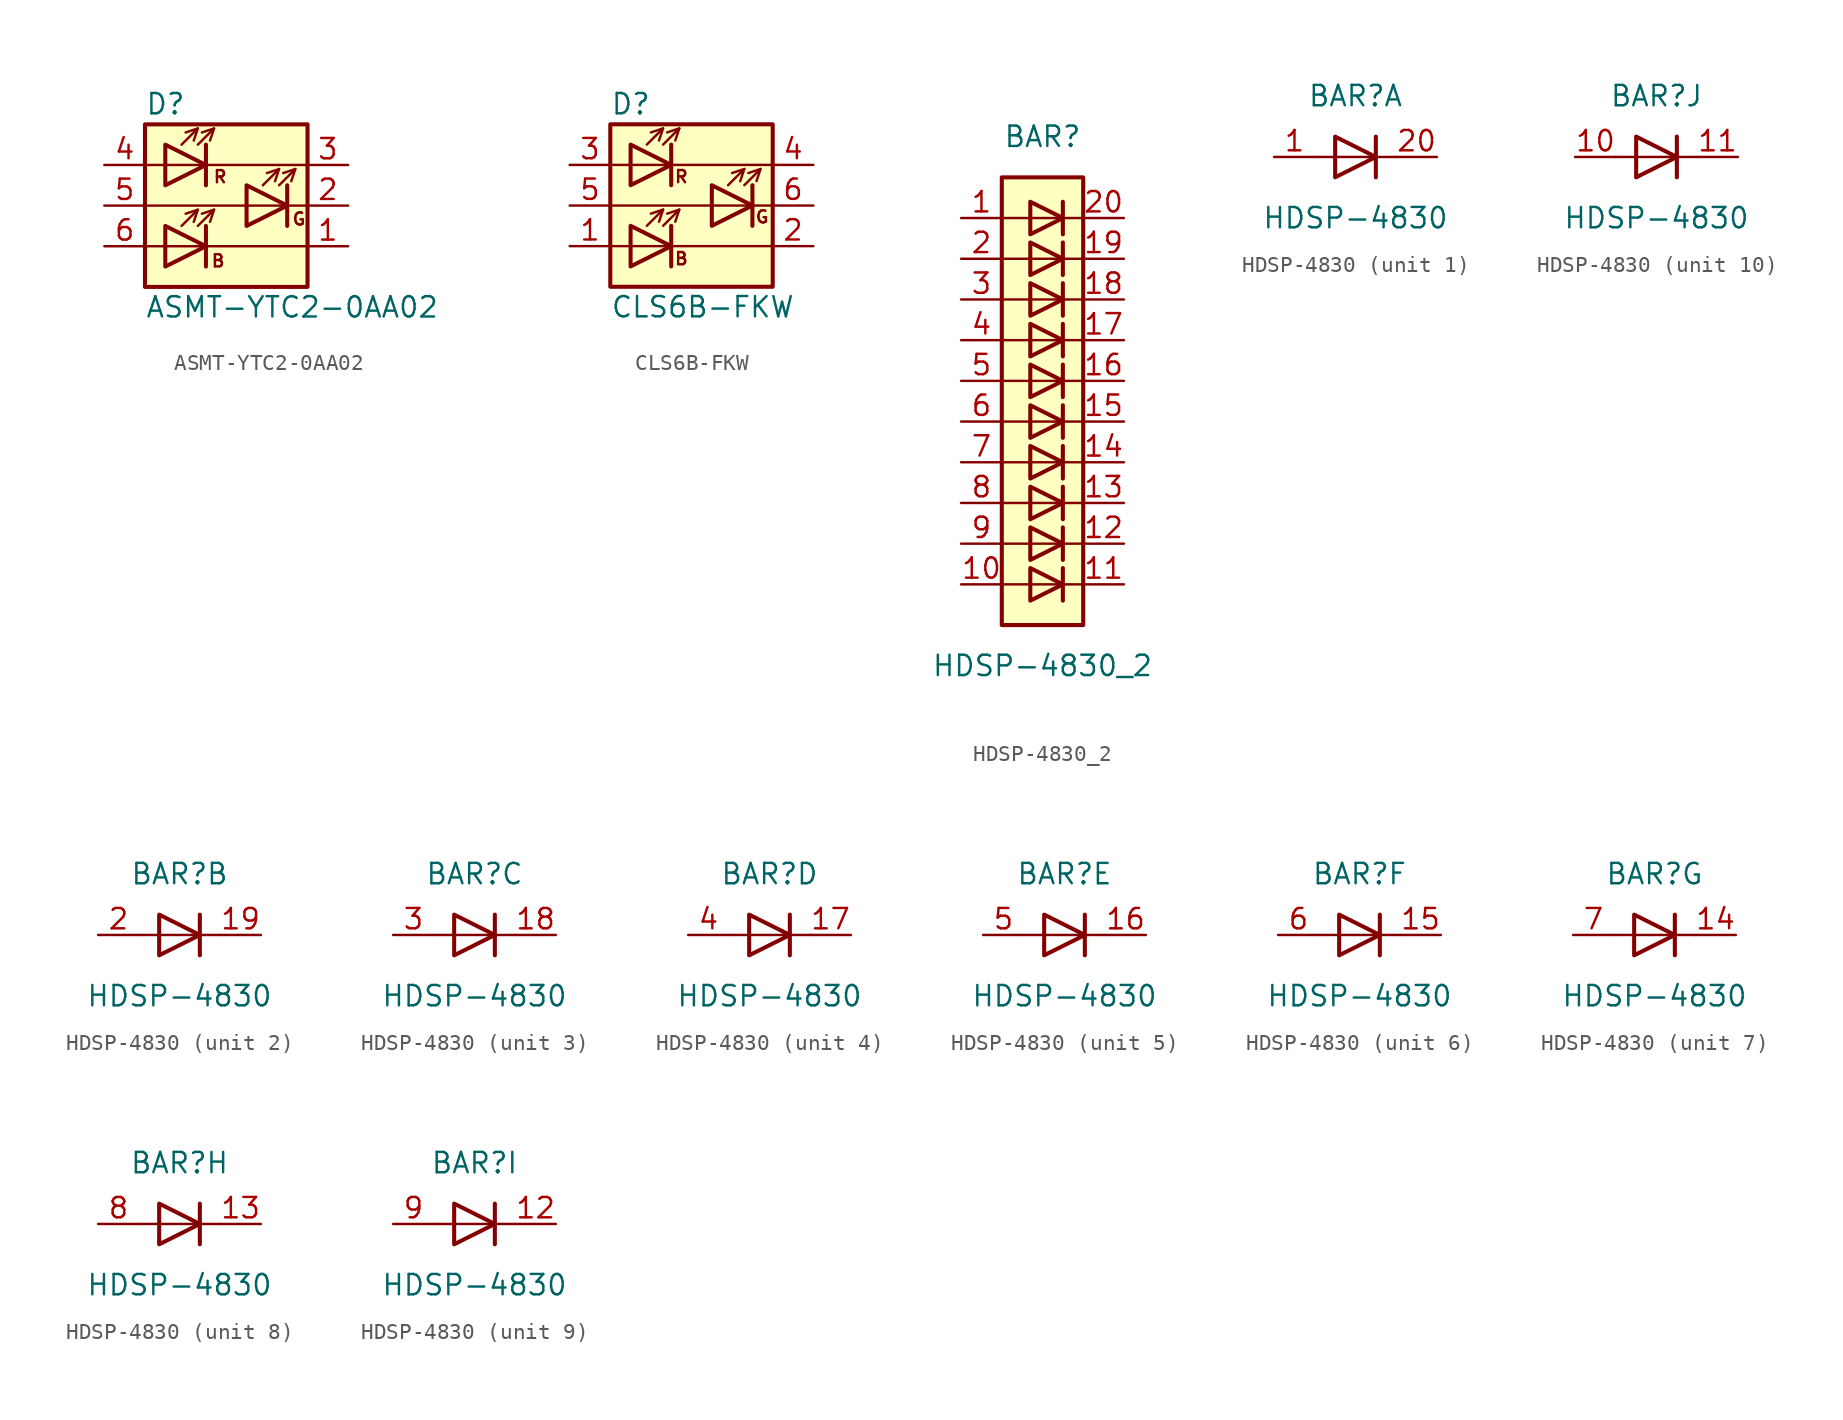
<source format=kicad_sym>
(kicad_symbol_lib
  (version 20241209)
  (generator "kicad_symbol_editor")
  (generator_version "9.0")
  (symbol "ASMT-YTC2-0AA02"
    (pin_names
      (hide yes))
    (property "Reference" "D"
      (at -5.08 6.35 0)
      (effects (font (size 1.27 1.27)) (justify left)))
    (property "Value" "ASMT-YTC2-0AA02"
      (at -5.08 -6.35 0)
      (effects (font (size 1.27 1.27)) (justify left)))
    (symbol "ASMT-YTC2-0AA02_0_0"
      (text "B" (at -0.508 -3.454 0) (effects (font (size 0.762 0.762))))
      (text "R" (at -0.381 1.803 0) (effects (font (size 0.762 0.762))))
      (text "G" (at 4.547 -0.838 0) (effects (font (size 0.762 0.762)))))
    (symbol "ASMT-YTC2-0AA02_0_1"
      (rectangle (start -5.08 5.08) (end 5.08 -5.08) (stroke (width 0.254) (type default)) (fill (type background)))
      (polyline (pts (xy -5.08 2.54) (xy 5.08 2.54)) (stroke (width 0) (type default)) (fill (type none)))
      (polyline (pts (xy -5.08 0) (xy 5.08 0)) (stroke (width 0) (type default)) (fill (type none)))
      (polyline (pts (xy -5.08 -2.54) (xy 5.08 -2.54)) (stroke (width 0) (type default)) (fill (type none)))
      (polyline (pts (xy -3.81 3.81) (xy -3.81 1.27) (xy -1.27 2.54) (xy -3.81 3.81)) (stroke (width 0.254) (type default)) (fill (type none)))
      (polyline (pts (xy -3.81 -1.27) (xy -3.81 -3.81) (xy -1.27 -2.54) (xy -3.81 -1.27)) (stroke (width 0.254) (type default)) (fill (type none)))
      (polyline (pts (xy -2.794 3.81) (xy -1.778 4.826)) (stroke (width 0) (type default)) (fill (type none)))
      (polyline (pts (xy -2.794 -1.27) (xy -1.778 -0.254)) (stroke (width 0) (type default)) (fill (type none)))
      (polyline (pts (xy -2.54 4.572) (xy -1.778 4.826) (xy -2.032 4.064)) (stroke (width 0) (type default)) (fill (type none)))
      (polyline (pts (xy -2.032 -1.016) (xy -1.778 -0.254) (xy -2.54 -0.508)) (stroke (width 0) (type default)) (fill (type none)))
      (polyline (pts (xy -1.778 3.81) (xy -0.762 4.826)) (stroke (width 0) (type default)) (fill (type none)))
      (polyline (pts (xy -1.778 -1.27) (xy -0.762 -0.254)) (stroke (width 0) (type default)) (fill (type none)))
      (polyline (pts (xy -1.524 4.572) (xy -0.762 4.826) (xy -1.016 4.064)) (stroke (width 0) (type default)) (fill (type none)))
      (polyline (pts (xy -1.524 -0.508) (xy -0.762 -0.254) (xy -1.016 -1.016)) (stroke (width 0) (type default)) (fill (type none)))
      (polyline (pts (xy -1.27 3.81) (xy -1.27 1.27)) (stroke (width 0.254) (type default)) (fill (type none)))
      (polyline (pts (xy -1.27 -1.27) (xy -1.27 -3.81)) (stroke (width 0.254) (type default)) (fill (type none)))
      (polyline (pts (xy 1.27 1.27) (xy 1.27 -1.27) (xy 3.81 0) (xy 1.27 1.27)) (stroke (width 0.254) (type default)) (fill (type none)))
      (polyline (pts (xy 2.286 1.27) (xy 3.302 2.286)) (stroke (width 0) (type default)) (fill (type none)))
      (polyline (pts (xy 3.048 1.524) (xy 3.302 2.286) (xy 2.54 2.032)) (stroke (width 0) (type default)) (fill (type none)))
      (polyline (pts (xy 3.302 1.27) (xy 4.318 2.286)) (stroke (width 0) (type default)) (fill (type none)))
      (polyline (pts (xy 3.556 2.032) (xy 4.318 2.286) (xy 4.064 1.524)) (stroke (width 0) (type default)) (fill (type none)))
      (polyline (pts (xy 3.81 1.27) (xy 3.81 -1.27)) (stroke (width 0.254) (type default)) (fill (type none))))
    (symbol "ASMT-YTC2-0AA02_1_1"
      (pin passive line (at -7.62 2.54 0) (length 2.54) (name "AR" (effects (font (size 1.27 1.27)))) (number "4" (effects (font (size 1.27 1.27)))))
      (pin passive line (at -7.62 0 0) (length 2.54) (name "AG" (effects (font (size 1.27 1.27)))) (number "5" (effects (font (size 1.27 1.27)))))
      (pin passive line (at -7.62 -2.54 0) (length 2.54) (name "AB" (effects (font (size 1.27 1.27)))) (number "6" (effects (font (size 1.27 1.27)))))
      (pin passive line (at 7.62 2.54 180) (length 2.54) (name "KR" (effects (font (size 1.27 1.27)))) (number "3" (effects (font (size 1.27 1.27)))))
      (pin passive line (at 7.62 0 180) (length 2.54) (name "KG" (effects (font (size 1.27 1.27)))) (number "2" (effects (font (size 1.27 1.27)))))
      (pin passive line (at 7.62 -2.54 180) (length 2.54) (name "KB" (effects (font (size 1.27 1.27)))) (number "1" (effects (font (size 1.27 1.27)))))))
  (symbol "CLS6B-FKW"
    (pin_names
      (hide yes))
    (property "Reference" "D"
      (at -5.08 6.35 0)
      (effects (font (size 1.27 1.27)) (justify left)))
    (property "Value" "CLS6B-FKW"
      (at -5.08 -6.35 0)
      (effects (font (size 1.27 1.27)) (justify left)))
    (symbol "CLS6B-FKW_0_0"
      (text "R" (at -0.635 1.803 0) (effects (font (size 0.762 0.762))))
      (text "B" (at -0.635 -3.327 0) (effects (font (size 0.762 0.762))))
      (text "G" (at 4.42 -0.711 0) (effects (font (size 0.762 0.762)))))
    (symbol "CLS6B-FKW_0_1"
      (rectangle (start -5.08 5.08) (end 5.08 -5.08) (stroke (width 0.254) (type default)) (fill (type background)))
      (polyline (pts (xy -5.08 2.54) (xy 5.08 2.54)) (stroke (width 0) (type default)) (fill (type none)))
      (polyline (pts (xy -5.08 0) (xy 5.08 0)) (stroke (width 0) (type default)) (fill (type none)))
      (polyline (pts (xy -5.08 -2.54) (xy 5.08 -2.54)) (stroke (width 0) (type default)) (fill (type none)))
      (polyline (pts (xy -3.81 3.81) (xy -3.81 1.27) (xy -1.27 2.54) (xy -3.81 3.81)) (stroke (width 0.254) (type default)) (fill (type none)))
      (polyline (pts (xy -3.81 -1.27) (xy -3.81 -3.81) (xy -1.27 -2.54) (xy -3.81 -1.27)) (stroke (width 0.254) (type default)) (fill (type none)))
      (polyline (pts (xy -2.794 3.81) (xy -1.778 4.826)) (stroke (width 0) (type default)) (fill (type none)))
      (polyline (pts (xy -2.794 -1.27) (xy -1.778 -0.254)) (stroke (width 0) (type default)) (fill (type none)))
      (polyline (pts (xy -2.54 4.572) (xy -1.778 4.826) (xy -2.032 4.064)) (stroke (width 0) (type default)) (fill (type none)))
      (polyline (pts (xy -2.032 -1.016) (xy -1.778 -0.254) (xy -2.54 -0.508)) (stroke (width 0) (type default)) (fill (type none)))
      (polyline (pts (xy -1.778 3.81) (xy -0.762 4.826)) (stroke (width 0) (type default)) (fill (type none)))
      (polyline (pts (xy -1.778 -1.27) (xy -0.762 -0.254)) (stroke (width 0) (type default)) (fill (type none)))
      (polyline (pts (xy -1.524 4.572) (xy -0.762 4.826) (xy -1.016 4.064)) (stroke (width 0) (type default)) (fill (type none)))
      (polyline (pts (xy -1.524 -0.508) (xy -0.762 -0.254) (xy -1.016 -1.016)) (stroke (width 0) (type default)) (fill (type none)))
      (polyline (pts (xy -1.27 3.81) (xy -1.27 1.27)) (stroke (width 0.254) (type default)) (fill (type none)))
      (polyline (pts (xy -1.27 -1.27) (xy -1.27 -3.81)) (stroke (width 0.254) (type default)) (fill (type none)))
      (polyline (pts (xy 1.27 1.27) (xy 1.27 -1.27) (xy 3.81 0) (xy 1.27 1.27)) (stroke (width 0.254) (type default)) (fill (type none)))
      (polyline (pts (xy 2.286 1.27) (xy 3.302 2.286)) (stroke (width 0) (type default)) (fill (type none)))
      (polyline (pts (xy 3.048 1.524) (xy 3.302 2.286) (xy 2.54 2.032)) (stroke (width 0) (type default)) (fill (type none)))
      (polyline (pts (xy 3.302 1.27) (xy 4.318 2.286)) (stroke (width 0) (type default)) (fill (type none)))
      (polyline (pts (xy 3.556 2.032) (xy 4.318 2.286) (xy 4.064 1.524)) (stroke (width 0) (type default)) (fill (type none)))
      (polyline (pts (xy 3.81 1.27) (xy 3.81 -1.27)) (stroke (width 0.254) (type default)) (fill (type none))))
    (symbol "CLS6B-FKW_1_1"
      (pin passive line (at -7.62 2.54 0) (length 2.54) (name "AR" (effects (font (size 1.27 1.27)))) (number "3" (effects (font (size 1.27 1.27)))))
      (pin passive line (at -7.62 0 0) (length 2.54) (name "AG" (effects (font (size 1.27 1.27)))) (number "5" (effects (font (size 1.27 1.27)))))
      (pin passive line (at -7.62 -2.54 0) (length 2.54) (name "AB" (effects (font (size 1.27 1.27)))) (number "1" (effects (font (size 1.27 1.27)))))
      (pin passive line (at 7.62 2.54 180) (length 2.54) (name "KR" (effects (font (size 1.27 1.27)))) (number "4" (effects (font (size 1.27 1.27)))))
      (pin passive line (at 7.62 0 180) (length 2.54) (name "KR" (effects (font (size 1.27 1.27)))) (number "6" (effects (font (size 1.27 1.27)))))
      (pin passive line (at 7.62 -2.54 180) (length 2.54) (name "KB" (effects (font (size 1.27 1.27)))) (number "2" (effects (font (size 1.27 1.27)))))))
  (symbol "HDSP-4830_2"
    (pin_names
      (offset 1.016)
      (hide yes))
    (property "Reference" "BAR"
      (at 0 15.24 0)
      (effects (font (size 1.27 1.27))))
    (property "Value" "HDSP-4830_2"
      (at 0 -17.78 0)
      (effects (font (size 1.27 1.27))))
    (symbol "HDSP-4830_2_0_1"
      (rectangle (start -2.54 12.7) (end 2.54 -15.24) (stroke (width 0.254) (type default)) (fill (type background)))
      (polyline (pts (xy -2.54 10.16) (xy 2.54 10.16)) (stroke (width 0) (type default)) (fill (type none)))
      (polyline (pts (xy -2.54 7.62) (xy 2.54 7.62)) (stroke (width 0) (type default)) (fill (type none)))
      (polyline (pts (xy -2.54 5.08) (xy 2.54 5.08)) (stroke (width 0) (type default)) (fill (type none)))
      (polyline (pts (xy -2.54 0) (xy 2.54 0)) (stroke (width 0) (type default)) (fill (type none)))
      (polyline (pts (xy -2.54 -5.08) (xy 2.54 -5.08)) (stroke (width 0) (type default)) (fill (type none)))
      (polyline (pts (xy -2.54 -7.62) (xy 2.54 -7.62)) (stroke (width 0) (type default)) (fill (type none)))
      (polyline (pts (xy -2.54 -10.16) (xy 2.54 -10.16)) (stroke (width 0) (type default)) (fill (type none)))
      (polyline (pts (xy -2.54 -12.7) (xy 2.54 -12.7)) (stroke (width 0) (type default)) (fill (type none)))
      (polyline (pts (xy -0.762 11.176) (xy -0.762 9.144) (xy 1.27 10.16) (xy -0.762 11.176)) (stroke (width 0.254) (type default)) (fill (type none)))
      (polyline (pts (xy -0.762 8.636) (xy -0.762 6.604) (xy 1.27 7.62) (xy -0.762 8.636)) (stroke (width 0.254) (type default)) (fill (type none)))
      (polyline (pts (xy -0.762 6.096) (xy -0.762 4.064) (xy 1.27 5.08) (xy -0.762 6.096)) (stroke (width 0.254) (type default)) (fill (type none)))
      (polyline (pts (xy -0.762 3.556) (xy -0.762 1.524) (xy 1.27 2.54) (xy -0.762 3.556)) (stroke (width 0.254) (type default)) (fill (type none)))
      (polyline (pts (xy -0.762 1.016) (xy -0.762 -1.016) (xy 1.27 0) (xy -0.762 1.016)) (stroke (width 0.254) (type default)) (fill (type none)))
      (polyline (pts (xy -0.762 -1.524) (xy -0.762 -3.556) (xy 1.27 -2.54) (xy -0.762 -1.524)) (stroke (width 0.254) (type default)) (fill (type none)))
      (polyline (pts (xy -0.762 -4.064) (xy -0.762 -6.096) (xy 1.27 -5.08) (xy -0.762 -4.064)) (stroke (width 0.254) (type default)) (fill (type none)))
      (polyline (pts (xy -0.762 -6.604) (xy -0.762 -8.636) (xy 1.27 -7.62) (xy -0.762 -6.604)) (stroke (width 0.254) (type default)) (fill (type none)))
      (polyline (pts (xy -0.762 -9.144) (xy -0.762 -11.176) (xy 1.27 -10.16) (xy -0.762 -9.144)) (stroke (width 0.254) (type default)) (fill (type none)))
      (polyline (pts (xy -0.762 -11.684) (xy -0.762 -13.716) (xy 1.27 -12.7) (xy -0.762 -11.684)) (stroke (width 0.254) (type default)) (fill (type none)))
      (polyline (pts (xy 1.27 11.176) (xy 1.27 9.144)) (stroke (width 0.254) (type default)) (fill (type none)))
      (polyline (pts (xy 1.27 8.636) (xy 1.27 6.604)) (stroke (width 0.254) (type default)) (fill (type none)))
      (polyline (pts (xy 1.27 6.096) (xy 1.27 4.064)) (stroke (width 0.254) (type default)) (fill (type none)))
      (polyline (pts (xy 1.27 3.556) (xy 1.27 1.524)) (stroke (width 0.254) (type default)) (fill (type none)))
      (polyline (pts (xy 1.27 1.016) (xy 1.27 -1.016)) (stroke (width 0.254) (type default)) (fill (type none)))
      (polyline (pts (xy 1.27 -1.524) (xy 1.27 -3.556)) (stroke (width 0.254) (type default)) (fill (type none)))
      (polyline (pts (xy 1.27 -4.064) (xy 1.27 -6.096)) (stroke (width 0.254) (type default)) (fill (type none)))
      (polyline (pts (xy 1.27 -6.604) (xy 1.27 -8.636)) (stroke (width 0.254) (type default)) (fill (type none)))
      (polyline (pts (xy 1.27 -9.144) (xy 1.27 -11.176)) (stroke (width 0.254) (type default)) (fill (type none)))
      (polyline (pts (xy 1.27 -11.684) (xy 1.27 -13.716)) (stroke (width 0.254) (type default)) (fill (type none)))
      (polyline (pts (xy 2.54 2.54) (xy -2.54 2.54)) (stroke (width 0) (type default)) (fill (type none)))
      (polyline (pts (xy 2.54 -2.54) (xy -2.54 -2.54)) (stroke (width 0) (type default)) (fill (type none))))
    (symbol "HDSP-4830_2_1_1"
      (pin passive line (at -5.08 10.16 0) (length 2.54) (name "A" (effects (font (size 1.27 1.27)))) (number "1" (effects (font (size 1.27 1.27)))))
      (pin passive line (at -5.08 7.62 0) (length 2.54) (name "A" (effects (font (size 1.27 1.27)))) (number "2" (effects (font (size 1.27 1.27)))))
      (pin passive line (at -5.08 5.08 0) (length 2.54) (name "A" (effects (font (size 1.27 1.27)))) (number "3" (effects (font (size 1.27 1.27)))))
      (pin passive line (at -5.08 2.54 0) (length 2.54) (name "A" (effects (font (size 1.27 1.27)))) (number "4" (effects (font (size 1.27 1.27)))))
      (pin passive line (at -5.08 0 0) (length 2.54) (name "A" (effects (font (size 1.27 1.27)))) (number "5" (effects (font (size 1.27 1.27)))))
      (pin passive line (at -5.08 -2.54 0) (length 2.54) (name "A" (effects (font (size 1.27 1.27)))) (number "6" (effects (font (size 1.27 1.27)))))
      (pin passive line (at -5.08 -5.08 0) (length 2.54) (name "A" (effects (font (size 1.27 1.27)))) (number "7" (effects (font (size 1.27 1.27)))))
      (pin passive line (at -5.08 -7.62 0) (length 2.54) (name "A" (effects (font (size 1.27 1.27)))) (number "8" (effects (font (size 1.27 1.27)))))
      (pin passive line (at -5.08 -10.16 0) (length 2.54) (name "A" (effects (font (size 1.27 1.27)))) (number "9" (effects (font (size 1.27 1.27)))))
      (pin passive line (at -5.08 -12.7 0) (length 2.54) (name "A" (effects (font (size 1.27 1.27)))) (number "10" (effects (font (size 1.27 1.27)))))
      (pin passive line (at 5.08 10.16 180) (length 2.54) (name "K" (effects (font (size 1.27 1.27)))) (number "20" (effects (font (size 1.27 1.27)))))
      (pin passive line (at 5.08 7.62 180) (length 2.54) (name "K" (effects (font (size 1.27 1.27)))) (number "19" (effects (font (size 1.27 1.27)))))
      (pin passive line (at 5.08 5.08 180) (length 2.54) (name "K" (effects (font (size 1.27 1.27)))) (number "18" (effects (font (size 1.27 1.27)))))
      (pin passive line (at 5.08 2.54 180) (length 2.54) (name "K" (effects (font (size 1.27 1.27)))) (number "17" (effects (font (size 1.27 1.27)))))
      (pin passive line (at 5.08 0 180) (length 2.54) (name "K" (effects (font (size 1.27 1.27)))) (number "16" (effects (font (size 1.27 1.27)))))
      (pin passive line (at 5.08 -2.54 180) (length 2.54) (name "K" (effects (font (size 1.27 1.27)))) (number "15" (effects (font (size 1.27 1.27)))))
      (pin passive line (at 5.08 -5.08 180) (length 2.54) (name "K" (effects (font (size 1.27 1.27)))) (number "14" (effects (font (size 1.27 1.27)))))
      (pin passive line (at 5.08 -7.62 180) (length 2.54) (name "K" (effects (font (size 1.27 1.27)))) (number "13" (effects (font (size 1.27 1.27)))))
      (pin passive line (at 5.08 -10.16 180) (length 2.54) (name "K" (effects (font (size 1.27 1.27)))) (number "12" (effects (font (size 1.27 1.27)))))
      (pin passive line (at 5.08 -12.7 180) (length 2.54) (name "K" (effects (font (size 1.27 1.27)))) (number "11" (effects (font (size 1.27 1.27)))))))
  (symbol "HDSP-4830"
    (pin_names
      (offset 1.016)
      (hide yes))
    (property "Reference" "BAR"
      (at 0 3.81 0)
      (effects (font (size 1.27 1.27))))
    (property "Value" "HDSP-4830"
      (at 0 -3.81 0)
      (effects (font (size 1.27 1.27))))
    (symbol "HDSP-4830_0_1"
      (polyline (pts (xy -2.54 0) (xy 2.54 0)) (stroke (width 0) (type default)) (fill (type none)))
      (polyline (pts (xy -1.27 1.27) (xy -1.27 -1.27) (xy 1.27 0) (xy -1.27 1.27)) (stroke (width 0.254) (type default)) (fill (type none)))
      (polyline (pts (xy 1.27 -1.27) (xy 1.27 1.27)) (stroke (width 0.254) (type default)) (fill (type none))))
    (symbol "HDSP-4830_1_1"
      (pin passive line (at -5.08 0 0) (length 2.54) (name "A" (effects (font (size 1.27 1.27)))) (number "1" (effects (font (size 1.27 1.27)))))
      (pin passive line (at 5.08 0 180) (length 2.54) (name "K" (effects (font (size 1.27 1.27)))) (number "20" (effects (font (size 1.27 1.27))))))
    (symbol "HDSP-4830_2_1"
      (pin passive line (at -5.08 0 0) (length 2.54) (name "A" (effects (font (size 1.27 1.27)))) (number "2" (effects (font (size 1.27 1.27)))))
      (pin passive line (at 5.08 0 180) (length 2.54) (name "K" (effects (font (size 1.27 1.27)))) (number "19" (effects (font (size 1.27 1.27))))))
    (symbol "HDSP-4830_3_1"
      (pin passive line (at -5.08 0 0) (length 2.54) (name "A" (effects (font (size 1.27 1.27)))) (number "3" (effects (font (size 1.27 1.27)))))
      (pin passive line (at 5.08 0 180) (length 2.54) (name "K" (effects (font (size 1.27 1.27)))) (number "18" (effects (font (size 1.27 1.27))))))
    (symbol "HDSP-4830_4_1"
      (pin passive line (at -5.08 0 0) (length 2.54) (name "A" (effects (font (size 1.27 1.27)))) (number "4" (effects (font (size 1.27 1.27)))))
      (pin passive line (at 5.08 0 180) (length 2.54) (name "K" (effects (font (size 1.27 1.27)))) (number "17" (effects (font (size 1.27 1.27))))))
    (symbol "HDSP-4830_5_1"
      (pin passive line (at -5.08 0 0) (length 2.54) (name "A" (effects (font (size 1.27 1.27)))) (number "5" (effects (font (size 1.27 1.27)))))
      (pin passive line (at 5.08 0 180) (length 2.54) (name "K" (effects (font (size 1.27 1.27)))) (number "16" (effects (font (size 1.27 1.27))))))
    (symbol "HDSP-4830_6_1"
      (pin passive line (at -5.08 0 0) (length 2.54) (name "A" (effects (font (size 1.27 1.27)))) (number "6" (effects (font (size 1.27 1.27)))))
      (pin passive line (at 5.08 0 180) (length 2.54) (name "K" (effects (font (size 1.27 1.27)))) (number "15" (effects (font (size 1.27 1.27))))))
    (symbol "HDSP-4830_7_1"
      (pin passive line (at -5.08 0 0) (length 2.54) (name "A" (effects (font (size 1.27 1.27)))) (number "7" (effects (font (size 1.27 1.27)))))
      (pin passive line (at 5.08 0 180) (length 2.54) (name "K" (effects (font (size 1.27 1.27)))) (number "14" (effects (font (size 1.27 1.27))))))
    (symbol "HDSP-4830_8_1"
      (pin passive line (at -5.08 0 0) (length 2.54) (name "A" (effects (font (size 1.27 1.27)))) (number "8" (effects (font (size 1.27 1.27)))))
      (pin passive line (at 5.08 0 180) (length 2.54) (name "K" (effects (font (size 1.27 1.27)))) (number "13" (effects (font (size 1.27 1.27))))))
    (symbol "HDSP-4830_9_1"
      (pin passive line (at -5.08 0 0) (length 2.54) (name "A" (effects (font (size 1.27 1.27)))) (number "9" (effects (font (size 1.27 1.27)))))
      (pin passive line (at 5.08 0 180) (length 2.54) (name "K" (effects (font (size 1.27 1.27)))) (number "12" (effects (font (size 1.27 1.27))))))
    (symbol "HDSP-4830_10_1"
      (pin passive line (at -5.08 0 0) (length 2.54) (name "A" (effects (font (size 1.27 1.27)))) (number "10" (effects (font (size 1.27 1.27)))))
      (pin passive line (at 5.08 0 180) (length 2.54) (name "K" (effects (font (size 1.27 1.27)))) (number "11" (effects (font (size 1.27 1.27))))))))
</source>
